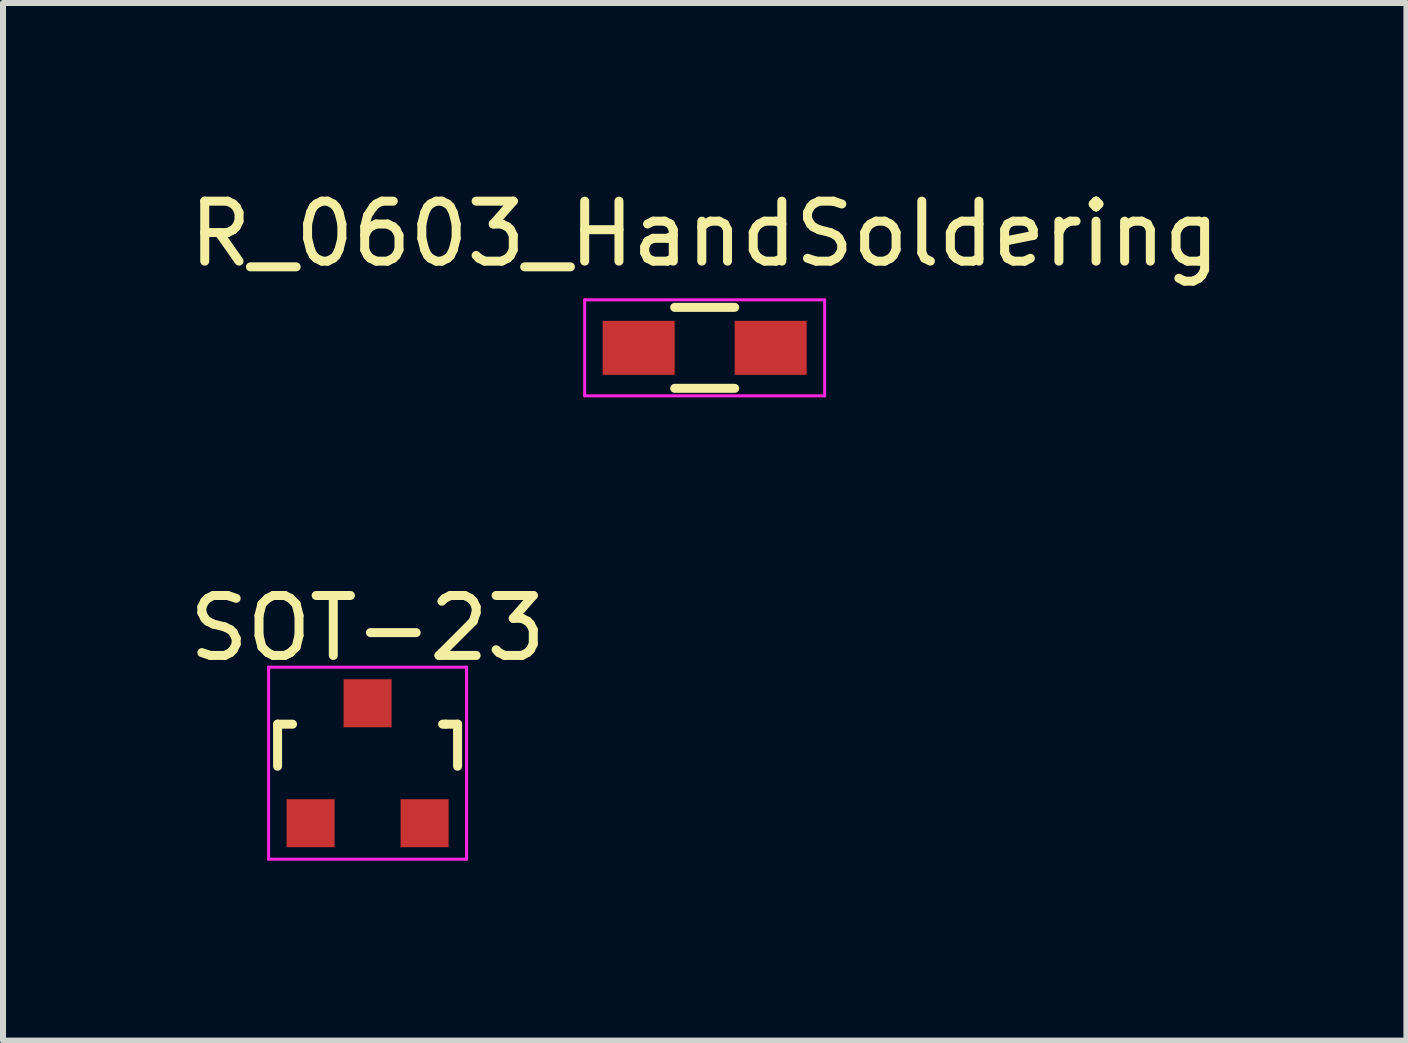
<source format=kicad_pcb>
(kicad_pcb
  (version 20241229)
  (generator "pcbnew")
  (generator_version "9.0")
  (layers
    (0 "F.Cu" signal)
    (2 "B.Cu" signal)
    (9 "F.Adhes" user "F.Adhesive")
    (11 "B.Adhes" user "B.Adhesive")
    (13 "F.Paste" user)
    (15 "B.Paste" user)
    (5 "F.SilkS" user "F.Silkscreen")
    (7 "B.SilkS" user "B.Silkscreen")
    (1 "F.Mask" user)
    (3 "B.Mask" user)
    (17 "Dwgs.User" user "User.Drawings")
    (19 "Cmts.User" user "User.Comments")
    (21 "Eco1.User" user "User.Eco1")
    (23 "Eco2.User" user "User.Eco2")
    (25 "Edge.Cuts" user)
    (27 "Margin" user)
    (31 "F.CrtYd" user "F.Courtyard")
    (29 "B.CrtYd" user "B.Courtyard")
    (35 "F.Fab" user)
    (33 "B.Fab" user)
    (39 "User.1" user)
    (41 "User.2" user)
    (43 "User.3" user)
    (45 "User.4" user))
  (footprint "R_0603_HandSoldering"
    (layer "F.Cu")
    (at 8.696 2.748)
    (property "Reference" "R_0603_HandSoldering" (at 0 -1.9 0) (layer "F.SilkS") (effects (font (size 1 1) (thickness 0.15))))
    (attr smd)
    (fp_line (start -0.5 -0.675) (end 0.5 -0.675) (stroke (width 0.15) (type solid)) (layer "F.SilkS"))
    (fp_line (start 0.5 0.675) (end -0.5 0.675) (stroke (width 0.15) (type solid)) (layer "F.SilkS"))
    (fp_line (start -2 -0.8) (end -2 0.8) (stroke (width 0.05) (type solid)) (layer "F.CrtYd"))
    (fp_line (start -2 -0.8) (end 2 -0.8) (stroke (width 0.05) (type solid)) (layer "F.CrtYd"))
    (fp_line (start -2 0.8) (end 2 0.8) (stroke (width 0.05) (type solid)) (layer "F.CrtYd"))
    (fp_line (start 2 -0.8) (end 2 0.8) (stroke (width 0.05) (type solid)) (layer "F.CrtYd"))
    (pad "1" smd rect (at -1.1 0) (size 1.2 0.9) (layers "F.Cu" "F.Mask" "F.Paste"))
    (pad "2" smd rect (at 1.1 0) (size 1.2 0.9) (layers "F.Cu" "F.Mask" "F.Paste")))
  (footprint "SOT-23"
    (layer "F.Cu")
    (at 3.077 9.671)
    (property "Reference" "SOT-23" (at 0 -2.25 0) (layer "F.SilkS") (effects (font (size 1 1) (thickness 0.15))))
    (attr smd)
    (fp_line (start -1.5 -0.65) (end -1.251 -0.65) (stroke (width 0.15) (type solid)) (layer "F.SilkS"))
    (fp_line (start -1.5 0.051) (end -1.5 -0.65) (stroke (width 0.15) (type solid)) (layer "F.SilkS"))
    (fp_line (start 1.299 -0.65) (end 1.251 -0.65) (stroke (width 0.15) (type solid)) (layer "F.SilkS"))
    (fp_line (start 1.299 -0.65) (end 1.5 -0.65) (stroke (width 0.15) (type solid)) (layer "F.SilkS"))
    (fp_line (start 1.5 -0.65) (end 1.5 0.051) (stroke (width 0.15) (type solid)) (layer "F.SilkS"))
    (fp_line (start -1.65 -1.6) (end 1.65 -1.6) (stroke (width 0.05) (type solid)) (layer "F.CrtYd"))
    (fp_line (start -1.65 1.6) (end -1.65 -1.6) (stroke (width 0.05) (type solid)) (layer "F.CrtYd"))
    (fp_line (start 1.65 -1.6) (end 1.65 1.6) (stroke (width 0.05) (type solid)) (layer "F.CrtYd"))
    (fp_line (start 1.65 1.6) (end -1.65 1.6) (stroke (width 0.05) (type solid)) (layer "F.CrtYd"))
    (pad "1" smd rect (at -0.95 1.001) (size 0.8 0.8) (layers "F.Cu" "F.Mask" "F.Paste"))
    (pad "2" smd rect (at 0.95 1.001) (size 0.8 0.8) (layers "F.Cu" "F.Mask" "F.Paste"))
    (pad "3" smd rect (at 0 -0.998) (size 0.8 0.8) (layers "F.Cu" "F.Mask" "F.Paste")))
  (gr_rect
    (start -3 -3)
    (end 20.393 14.296)
    (stroke (width 0.1) (type default))
    (fill no)
    (layer "Edge.Cuts")))
</source>
